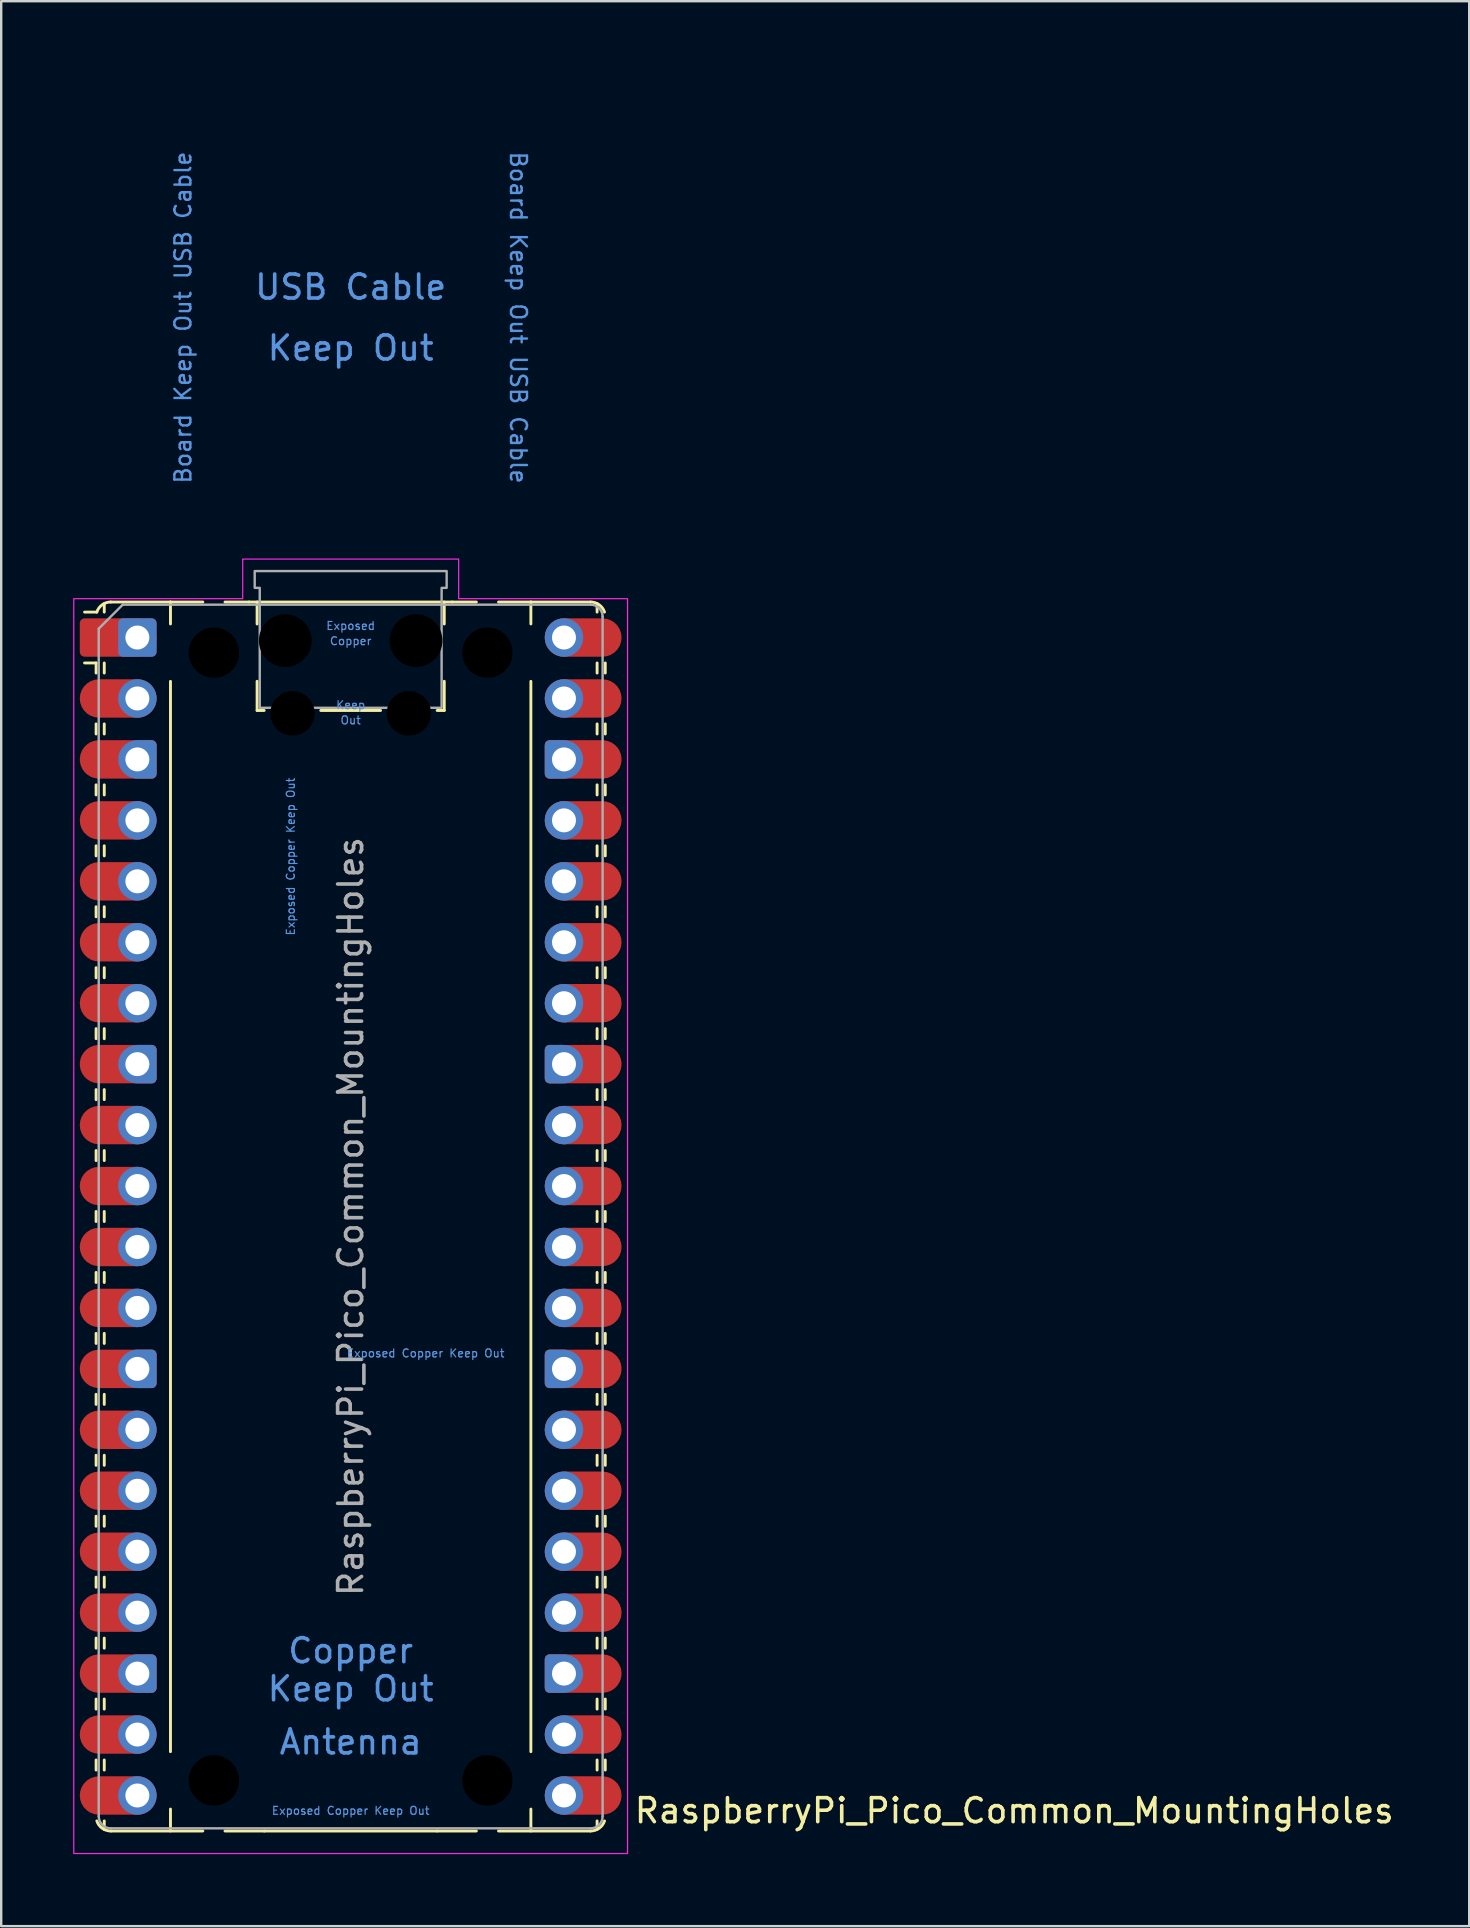
<source format=kicad_pcb>
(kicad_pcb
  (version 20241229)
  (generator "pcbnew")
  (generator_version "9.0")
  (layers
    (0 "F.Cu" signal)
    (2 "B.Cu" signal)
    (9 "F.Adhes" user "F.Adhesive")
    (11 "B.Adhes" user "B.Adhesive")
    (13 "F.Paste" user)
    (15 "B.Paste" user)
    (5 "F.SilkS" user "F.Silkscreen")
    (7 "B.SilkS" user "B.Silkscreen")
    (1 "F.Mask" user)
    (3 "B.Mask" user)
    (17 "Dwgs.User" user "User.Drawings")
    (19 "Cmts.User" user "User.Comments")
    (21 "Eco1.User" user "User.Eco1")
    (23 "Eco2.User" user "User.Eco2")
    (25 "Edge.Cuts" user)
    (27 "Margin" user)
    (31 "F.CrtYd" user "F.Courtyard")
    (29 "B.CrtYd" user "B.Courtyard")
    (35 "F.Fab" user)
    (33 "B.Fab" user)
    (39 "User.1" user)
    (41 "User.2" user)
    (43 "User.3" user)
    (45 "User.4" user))
  (footprint "RaspberryPi_Pico_Common_MountingHoles"
    (layer "F.Cu")
    (at 11.565 47.65)
    (property "Reference" "RaspberryPi_Pico_Common_MountingHoles" (at 11.748 24.765 0) (unlocked yes) (layer "F.SilkS") (effects (font (size 1 1) (thickness 0.15)) (justify left)))
    (attr through_hole)
    (fp_line (start -10.61 -23.07) (end -11.09 -23.07) (stroke (width 0.12) (type solid)) (layer "F.SilkS"))
    (fp_line (start -10.61 -23.07) (end -10.61 -22.65) (stroke (width 0.12) (type solid)) (layer "F.SilkS"))
    (fp_line (start -10.61 -20.53) (end -10.61 -20.11) (stroke (width 0.12) (type solid)) (layer "F.SilkS"))
    (fp_line (start -10.61 -17.99) (end -10.61 -17.57) (stroke (width 0.12) (type solid)) (layer "F.SilkS"))
    (fp_line (start -10.61 -15.45) (end -10.61 -15.03) (stroke (width 0.12) (type solid)) (layer "F.SilkS"))
    (fp_line (start -10.61 -12.91) (end -10.61 -12.49) (stroke (width 0.12) (type solid)) (layer "F.SilkS"))
    (fp_line (start -10.61 -10.37) (end -10.61 -9.95) (stroke (width 0.12) (type solid)) (layer "F.SilkS"))
    (fp_line (start -10.61 -7.83) (end -10.61 -7.41) (stroke (width 0.12) (type solid)) (layer "F.SilkS"))
    (fp_line (start -10.61 -5.29) (end -10.61 -4.87) (stroke (width 0.12) (type solid)) (layer "F.SilkS"))
    (fp_line (start -10.61 -2.75) (end -10.61 -2.33) (stroke (width 0.12) (type solid)) (layer "F.SilkS"))
    (fp_line (start -10.61 -0.21) (end -10.61 0.21) (stroke (width 0.12) (type solid)) (layer "F.SilkS"))
    (fp_line (start -10.61 2.33) (end -10.61 2.75) (stroke (width 0.12) (type solid)) (layer "F.SilkS"))
    (fp_line (start -10.61 4.87) (end -10.61 5.29) (stroke (width 0.12) (type solid)) (layer "F.SilkS"))
    (fp_line (start -10.61 7.41) (end -10.61 7.83) (stroke (width 0.12) (type solid)) (layer "F.SilkS"))
    (fp_line (start -10.61 9.95) (end -10.61 10.37) (stroke (width 0.12) (type solid)) (layer "F.SilkS"))
    (fp_line (start -10.61 12.49) (end -10.61 12.91) (stroke (width 0.12) (type solid)) (layer "F.SilkS"))
    (fp_line (start -10.61 15.03) (end -10.61 15.45) (stroke (width 0.12) (type solid)) (layer "F.SilkS"))
    (fp_line (start -10.61 17.57) (end -10.61 17.99) (stroke (width 0.12) (type solid)) (layer "F.SilkS"))
    (fp_line (start -10.61 20.11) (end -10.61 20.53) (stroke (width 0.12) (type solid)) (layer "F.SilkS"))
    (fp_line (start -10.61 22.65) (end -10.61 23.07) (stroke (width 0.12) (type solid)) (layer "F.SilkS"))
    (fp_line (start -10.58 -25.19) (end -11.09 -25.19) (stroke (width 0.12) (type solid)) (layer "F.SilkS"))
    (fp_line (start -10.27 -25.19) (end -10.27 -25.547) (stroke (width 0.12) (type solid)) (layer "F.SilkS"))
    (fp_line (start -10.27 -23.07) (end -10.27 -22.65) (stroke (width 0.12) (type solid)) (layer "F.SilkS"))
    (fp_line (start -10.27 -20.53) (end -10.27 -20.11) (stroke (width 0.12) (type solid)) (layer "F.SilkS"))
    (fp_line (start -10.27 -17.99) (end -10.27 -17.57) (stroke (width 0.12) (type solid)) (layer "F.SilkS"))
    (fp_line (start -10.27 -15.45) (end -10.27 -15.03) (stroke (width 0.12) (type solid)) (layer "F.SilkS"))
    (fp_line (start -10.27 -12.91) (end -10.27 -12.49) (stroke (width 0.12) (type solid)) (layer "F.SilkS"))
    (fp_line (start -10.27 -10.37) (end -10.27 -9.95) (stroke (width 0.12) (type solid)) (layer "F.SilkS"))
    (fp_line (start -10.27 -7.83) (end -10.27 -7.41) (stroke (width 0.12) (type solid)) (layer "F.SilkS"))
    (fp_line (start -10.27 -5.29) (end -10.27 -4.87) (stroke (width 0.12) (type solid)) (layer "F.SilkS"))
    (fp_line (start -10.27 -2.75) (end -10.27 -2.33) (stroke (width 0.12) (type solid)) (layer "F.SilkS"))
    (fp_line (start -10.27 -0.21) (end -10.27 0.21) (stroke (width 0.12) (type solid)) (layer "F.SilkS"))
    (fp_line (start -10.27 2.33) (end -10.27 2.75) (stroke (width 0.12) (type solid)) (layer "F.SilkS"))
    (fp_line (start -10.27 4.87) (end -10.27 5.29) (stroke (width 0.12) (type solid)) (layer "F.SilkS"))
    (fp_line (start -10.27 7.41) (end -10.27 7.83) (stroke (width 0.12) (type solid)) (layer "F.SilkS"))
    (fp_line (start -10.27 9.95) (end -10.27 10.37) (stroke (width 0.12) (type solid)) (layer "F.SilkS"))
    (fp_line (start -10.27 12.49) (end -10.27 12.91) (stroke (width 0.12) (type solid)) (layer "F.SilkS"))
    (fp_line (start -10.27 15.03) (end -10.27 15.45) (stroke (width 0.12) (type solid)) (layer "F.SilkS"))
    (fp_line (start -10.27 17.57) (end -10.27 17.99) (stroke (width 0.12) (type solid)) (layer "F.SilkS"))
    (fp_line (start -10.27 20.11) (end -10.27 20.53) (stroke (width 0.12) (type solid)) (layer "F.SilkS"))
    (fp_line (start -10.27 22.65) (end -10.27 23.07) (stroke (width 0.12) (type solid)) (layer "F.SilkS"))
    (fp_line (start -10.27 25.19) (end -10.27 25.547) (stroke (width 0.12) (type solid)) (layer "F.SilkS"))
    (fp_line (start -10 -25.61) (end -7.51 -25.61) (stroke (width 0.12) (type solid)) (layer "F.SilkS"))
    (fp_line (start -10 25.61) (end -6.162 25.61) (stroke (width 0.12) (type solid)) (layer "F.SilkS"))
    (fp_line (start -7.51 -25.61) (end -7.51 -24.696) (stroke (width 0.12) (type solid)) (layer "F.SilkS"))
    (fp_line (start -7.51 -25.61) (end -6.162 -25.61) (stroke (width 0.12) (type solid)) (layer "F.SilkS"))
    (fp_line (start -7.51 -22.304) (end -7.51 22.304) (stroke (width 0.12) (type solid)) (layer "F.SilkS"))
    (fp_line (start -7.51 24.696) (end -7.51 25.61) (stroke (width 0.12) (type solid)) (layer "F.SilkS"))
    (fp_line (start -5.238 -25.61) (end -4.235 -25.61) (stroke (width 0.12) (type solid)) (layer "F.SilkS"))
    (fp_line (start -4.235 -25.61) (end 4.235 -25.61) (stroke (width 0.12) (type solid)) (layer "F.SilkS"))
    (fp_line (start -3.9 -25.61) (end -3.9 -24.694) (stroke (width 0.12) (type solid)) (layer "F.SilkS"))
    (fp_line (start -3.9 -22.306) (end -3.9 -21.09) (stroke (width 0.12) (type solid)) (layer "F.SilkS"))
    (fp_line (start -3.9 -21.09) (end -3.604 -21.09) (stroke (width 0.12) (type solid)) (layer "F.SilkS"))
    (fp_line (start -3.6 25.61) (end -5.238 25.61) (stroke (width 0.12) (type solid)) (layer "F.SilkS"))
    (fp_line (start -1.246 -21.09) (end 1.246 -21.09) (stroke (width 0.12) (type solid)) (layer "F.SilkS"))
    (fp_line (start 3.6 25.61) (end -3.6 25.61) (stroke (width 0.12) (type solid)) (layer "F.SilkS"))
    (fp_line (start 3.604 -21.09) (end 3.9 -21.09) (stroke (width 0.12) (type solid)) (layer "F.SilkS"))
    (fp_line (start 3.9 -25.61) (end 3.9 -24.694) (stroke (width 0.12) (type solid)) (layer "F.SilkS"))
    (fp_line (start 3.9 -22.306) (end 3.9 -21.09) (stroke (width 0.12) (type solid)) (layer "F.SilkS"))
    (fp_line (start 4.235 -25.61) (end 5.238 -25.61) (stroke (width 0.12) (type solid)) (layer "F.SilkS"))
    (fp_line (start 5.238 25.61) (end 3.6 25.61) (stroke (width 0.12) (type solid)) (layer "F.SilkS"))
    (fp_line (start 6.162 -25.61) (end 7.51 -25.61) (stroke (width 0.12) (type solid)) (layer "F.SilkS"))
    (fp_line (start 6.162 25.61) (end 10 25.61) (stroke (width 0.12) (type solid)) (layer "F.SilkS"))
    (fp_line (start 7.51 -25.61) (end 7.51 -24.696) (stroke (width 0.12) (type solid)) (layer "F.SilkS"))
    (fp_line (start 7.51 -22.304) (end 7.51 22.304) (stroke (width 0.12) (type solid)) (layer "F.SilkS"))
    (fp_line (start 7.51 24.696) (end 7.51 25.61) (stroke (width 0.12) (type solid)) (layer "F.SilkS"))
    (fp_line (start 10 -25.61) (end 7.51 -25.61) (stroke (width 0.12) (type solid)) (layer "F.SilkS"))
    (fp_line (start 10.27 -25.19) (end 10.27 -25.547) (stroke (width 0.12) (type solid)) (layer "F.SilkS"))
    (fp_line (start 10.27 -23.07) (end 10.27 -22.65) (stroke (width 0.12) (type solid)) (layer "F.SilkS"))
    (fp_line (start 10.27 -20.53) (end 10.27 -20.11) (stroke (width 0.12) (type solid)) (layer "F.SilkS"))
    (fp_line (start 10.27 -17.99) (end 10.27 -17.57) (stroke (width 0.12) (type solid)) (layer "F.SilkS"))
    (fp_line (start 10.27 -15.45) (end 10.27 -15.03) (stroke (width 0.12) (type solid)) (layer "F.SilkS"))
    (fp_line (start 10.27 -12.91) (end 10.27 -12.49) (stroke (width 0.12) (type solid)) (layer "F.SilkS"))
    (fp_line (start 10.27 -10.37) (end 10.27 -9.95) (stroke (width 0.12) (type solid)) (layer "F.SilkS"))
    (fp_line (start 10.27 -7.83) (end 10.27 -7.41) (stroke (width 0.12) (type solid)) (layer "F.SilkS"))
    (fp_line (start 10.27 -5.29) (end 10.27 -4.87) (stroke (width 0.12) (type solid)) (layer "F.SilkS"))
    (fp_line (start 10.27 -2.75) (end 10.27 -2.33) (stroke (width 0.12) (type solid)) (layer "F.SilkS"))
    (fp_line (start 10.27 -0.21) (end 10.27 0.21) (stroke (width 0.12) (type solid)) (layer "F.SilkS"))
    (fp_line (start 10.27 2.33) (end 10.27 2.75) (stroke (width 0.12) (type solid)) (layer "F.SilkS"))
    (fp_line (start 10.27 4.87) (end 10.27 5.29) (stroke (width 0.12) (type solid)) (layer "F.SilkS"))
    (fp_line (start 10.27 7.41) (end 10.27 7.83) (stroke (width 0.12) (type solid)) (layer "F.SilkS"))
    (fp_line (start 10.27 9.95) (end 10.27 10.37) (stroke (width 0.12) (type solid)) (layer "F.SilkS"))
    (fp_line (start 10.27 12.49) (end 10.27 12.91) (stroke (width 0.12) (type solid)) (layer "F.SilkS"))
    (fp_line (start 10.27 15.03) (end 10.27 15.45) (stroke (width 0.12) (type solid)) (layer "F.SilkS"))
    (fp_line (start 10.27 17.57) (end 10.27 17.99) (stroke (width 0.12) (type solid)) (layer "F.SilkS"))
    (fp_line (start 10.27 20.11) (end 10.27 20.53) (stroke (width 0.12) (type solid)) (layer "F.SilkS"))
    (fp_line (start 10.27 22.65) (end 10.27 23.07) (stroke (width 0.12) (type solid)) (layer "F.SilkS"))
    (fp_line (start 10.27 25.19) (end 10.27 25.547) (stroke (width 0.12) (type solid)) (layer "F.SilkS"))
    (fp_line (start 10.61 -23.07) (end 10.61 -22.65) (stroke (width 0.12) (type solid)) (layer "F.SilkS"))
    (fp_line (start 10.61 -20.53) (end 10.61 -20.11) (stroke (width 0.12) (type solid)) (layer "F.SilkS"))
    (fp_line (start 10.61 -17.99) (end 10.61 -17.57) (stroke (width 0.12) (type solid)) (layer "F.SilkS"))
    (fp_line (start 10.61 -15.45) (end 10.61 -15.03) (stroke (width 0.12) (type solid)) (layer "F.SilkS"))
    (fp_line (start 10.61 -12.91) (end 10.61 -12.49) (stroke (width 0.12) (type solid)) (layer "F.SilkS"))
    (fp_line (start 10.61 -10.37) (end 10.61 -9.95) (stroke (width 0.12) (type solid)) (layer "F.SilkS"))
    (fp_line (start 10.61 -7.83) (end 10.61 -7.41) (stroke (width 0.12) (type solid)) (layer "F.SilkS"))
    (fp_line (start 10.61 -5.29) (end 10.61 -4.87) (stroke (width 0.12) (type solid)) (layer "F.SilkS"))
    (fp_line (start 10.61 -2.75) (end 10.61 -2.33) (stroke (width 0.12) (type solid)) (layer "F.SilkS"))
    (fp_line (start 10.61 -0.21) (end 10.61 0.21) (stroke (width 0.12) (type solid)) (layer "F.SilkS"))
    (fp_line (start 10.61 2.33) (end 10.61 2.75) (stroke (width 0.12) (type solid)) (layer "F.SilkS"))
    (fp_line (start 10.61 4.87) (end 10.61 5.29) (stroke (width 0.12) (type solid)) (layer "F.SilkS"))
    (fp_line (start 10.61 7.41) (end 10.61 7.83) (stroke (width 0.12) (type solid)) (layer "F.SilkS"))
    (fp_line (start 10.61 9.95) (end 10.61 10.37) (stroke (width 0.12) (type solid)) (layer "F.SilkS"))
    (fp_line (start 10.61 12.49) (end 10.61 12.91) (stroke (width 0.12) (type solid)) (layer "F.SilkS"))
    (fp_line (start 10.61 15.03) (end 10.61 15.45) (stroke (width 0.12) (type solid)) (layer "F.SilkS"))
    (fp_line (start 10.61 17.57) (end 10.61 17.99) (stroke (width 0.12) (type solid)) (layer "F.SilkS"))
    (fp_line (start 10.61 20.11) (end 10.61 20.53) (stroke (width 0.12) (type solid)) (layer "F.SilkS"))
    (fp_line (start 10.61 22.65) (end 10.61 23.07) (stroke (width 0.12) (type solid)) (layer "F.SilkS"))
    (fp_arc (start -10.579676 -25.189937) (mid -10.357938 -25.493944) (end -10 -25.61) (stroke (width 0.12) (type solid)) (layer "F.SilkS"))
    (fp_arc (start -10 25.61) (mid -10.357937 25.493944) (end -10.579676 25.189937) (stroke (width 0.12) (type solid)) (layer "F.SilkS"))
    (fp_arc (start 10 -25.61) (mid 10.357937 -25.493944) (end 10.579676 -25.189937) (stroke (width 0.12) (type solid)) (layer "F.SilkS"))
    (fp_arc (start 10.579676 25.189937) (mid 10.357949 25.493953) (end 10 25.61) (stroke (width 0.12) (type solid)) (layer "F.SilkS"))
    (fp_poly (pts (xy -4.5 -27.4) (xy 4.5 -27.4) (xy 4.5 -25.75) (xy 11.54 -25.75) (xy 11.54 26.55) (xy -11.54 26.55) (xy -11.54 -25.75) (xy -4.5 -25.75)) (stroke (width 0.05) (type solid)) (fill no) (layer "F.CrtYd"))
    (fp_line (start -10.5 -24.5) (end -9.5 -25.5) (stroke (width 0.1) (type solid)) (layer "F.Fab"))
    (fp_line (start -10.5 25) (end -10.5 -24.5) (stroke (width 0.1) (type solid)) (layer "F.Fab"))
    (fp_line (start -9.5 -25.5) (end 10 -25.5) (stroke (width 0.1) (type solid)) (layer "F.Fab"))
    (fp_line (start 10 25.5) (end -10 25.5) (stroke (width 0.1) (type solid)) (layer "F.Fab"))
    (fp_line (start 10.5 -25) (end 10.5 25) (stroke (width 0.1) (type solid)) (layer "F.Fab"))
    (fp_arc (start -10 25.5) (mid -10.353553 25.353553) (end -10.5 25) (stroke (width 0.1) (type solid)) (layer "F.Fab"))
    (fp_arc (start 10 -25.5) (mid 10.353553 -25.353553) (end 10.5 -25) (stroke (width 0.1) (type solid)) (layer "F.Fab"))
    (fp_arc (start 10.5 25) (mid 10.353553 25.353553) (end 10 25.5) (stroke (width 0.1) (type solid)) (layer "F.Fab"))
    (fp_poly (pts (xy 3.79 -21.2) (xy 3.79 -26.2) (xy 4 -26.2) (xy 4 -26.9) (xy -4 -26.9) (xy -4 -26.2) (xy -3.79 -26.2) (xy -3.79 -21.2)) (stroke (width 0.1) (type solid)) (fill no) (layer "F.Fab"))
    (fp_text user "Copper" (at 0 -23.983 0) (unlocked yes) (layer "Cmts.User") (effects (font (size 0.333 0.333) (thickness 0.05))))
    (fp_text user "Exposed" (at 0 -24.617 0) (unlocked yes) (layer "Cmts.User") (effects (font (size 0.333 0.333) (thickness 0.05))))
    (fp_text user "Exposed Copper Keep Out" (at 0 24.765 0) (unlocked yes) (layer "Cmts.User") (effects (font (size 0.333 0.333) (thickness 0.05))))
    (fp_text user "Antenna" (at 0 21.9 0) (unlocked yes) (layer "Cmts.User") (effects (font (size 1 1) (thickness 0.15))))
    (fp_text user "Keep Out" (at 0 -36.195 0) (unlocked yes) (layer "Cmts.User") (effects (font (size 1 1) (thickness 0.15))))
    (fp_text user "Copper" (at 0 18.098 0) (unlocked yes) (layer "Cmts.User") (effects (font (size 1 1) (thickness 0.15))))
    (fp_text user "Exposed Copper Keep Out" (at -2.5 -15 90) (unlocked yes) (layer "Cmts.User") (effects (font (size 0.333 0.333) (thickness 0.05))))
    (fp_text user "Exposed Copper Keep Out" (at 3.124 5.7 0) (unlocked yes) (layer "Cmts.User") (effects (font (size 0.333 0.333) (thickness 0.05))))
    (fp_text user "Keep" (at 0 -21.317 0) (unlocked yes) (layer "Cmts.User") (effects (font (size 0.333 0.333) (thickness 0.05))))
    (fp_text user "Out" (at 0 -20.683 0) (unlocked yes) (layer "Cmts.User") (effects (font (size 0.333 0.333) (thickness 0.05))))
    (fp_text user "Keep Out" (at 0 19.685 0) (unlocked yes) (layer "Cmts.User") (effects (font (size 1 1) (thickness 0.15))))
    (fp_text user "USB Cable" (at 0 -38.735 0) (unlocked yes) (layer "Cmts.User") (effects (font (size 1 1) (thickness 0.15))))
    (fp_text user "Board Keep Out USB Cable" (at -6.985 -37.465 90) (unlocked yes) (layer "Cmts.User") (effects (font (size 0.667 0.667) (thickness 0.1))))
    (fp_text user "Board Keep Out USB Cable" (at 6.985 -37.465 270) (unlocked yes) (layer "Cmts.User") (effects (font (size 0.667 0.667) (thickness 0.1))))
    (fp_text user "${REFERENCE}" (at 0 0 90) (layer "F.Fab") (effects (font (size 1 1) (thickness 0.15))))
    (pad "" np_thru_hole circle (at -5.7 -23.5) (size 3.8 3.8) (drill 2.1) (layers "*.Mask"))
    (pad "" np_thru_hole circle (at -5.7 23.5) (size 3.8 3.8) (drill 2.1) (layers "*.Mask"))
    (pad "" np_thru_hole circle (at -2.725 -24) (size 2.2 2.2) (drill 2.2) (layers "*.Mask"))
    (pad "" np_thru_hole circle (at -2.425 -20.97) (size 1.85 1.85) (drill 1.85) (layers "*.Mask"))
    (pad "" np_thru_hole circle (at 2.425 -20.97) (size 1.85 1.85) (drill 1.85) (layers "*.Mask"))
    (pad "" np_thru_hole circle (at 2.725 -24) (size 2.2 2.2) (drill 2.2) (layers "*.Mask"))
    (pad "" np_thru_hole circle (at 5.7 -23.5) (size 3.8 3.8) (drill 2.1) (layers "*.Mask"))
    (pad "" np_thru_hole circle (at 5.7 23.5) (size 3.8 3.8) (drill 2.1) (layers "*.Mask"))
    (pad "1" thru_hole roundrect (at -8.89 -24.13) (size 1.6 1.6) (drill 1) (layers "*.Cu" "*.Mask") (roundrect_rratio 0.125))
    (pad "1" smd custom (at -8.89 -24.13) (size 1.6 1.6) (layers "F.Cu" "F.Mask") (options (anchor circle)) (primitives (gr_poly (pts (xy -2.4 0.6) (xy -2.4 -0.6) (xy -2.2 -0.8) (xy 0 -0.8) (xy 0 0.8) (xy -2.2 0.8)) (width 0) (fill yes)) (gr_circle (center -2.2 0.6) (end -2 0.6) (width 0) (fill yes)) (gr_circle (center -2.2 -0.6) (end -2 -0.6) (width 0) (fill yes))))
    (pad "2" thru_hole circle (at -8.89 -21.59) (size 1.6 1.6) (drill 1) (layers "*.Cu" "*.Mask"))
    (pad "2" smd roundrect (at -8.89 -21.59) (size 3.2 1.6) (drill (offset -0.8 0)) (layers "F.Cu" "F.Mask") (roundrect_rratio 0.5))
    (pad "3" smd custom (at -8.89 -19.05) (size 1.6 1.6) (layers "F.Cu" "F.Mask") (options (anchor circle)) (primitives (gr_poly (pts (xy 0.8 -0.6) (xy 0.8 0.6) (xy 0.6 0.8) (xy -1.6 0.8) (xy -1.6 -0.8) (xy 0.6 -0.8)) (width 0) (fill yes)) (gr_circle (center 0.6 0.6) (end 0.8 0.6) (width 0) (fill yes)) (gr_circle (center 0.6 -0.6) (end 0.8 -0.6) (width 0) (fill yes)) (gr_circle (center -1.6 0) (end -0.8 0) (width 0) (fill yes))))
    (pad "3" thru_hole custom (at -8.89 -19.05) (size 1.6 1.6) (drill 1) (layers "*.Cu" "*.Mask") (options (anchor circle)) (primitives (gr_poly (pts (xy 0.8 0.6) (xy 0.8 -0.6) (xy 0.6 -0.8) (xy 0 -0.8) (xy 0 0.8) (xy 0.6 0.8)) (width 0) (fill yes)) (gr_circle (center 0.6 0.6) (end 0.8 0.6) (width 0) (fill yes)) (gr_circle (center 0.6 -0.6) (end 0.8 -0.6) (width 0) (fill yes))))
    (pad "4" thru_hole circle (at -8.89 -16.51) (size 1.6 1.6) (drill 1) (layers "*.Cu" "*.Mask"))
    (pad "4" smd roundrect (at -8.89 -16.51) (size 3.2 1.6) (drill (offset -0.8 0)) (layers "F.Cu" "F.Mask") (roundrect_rratio 0.5))
    (pad "5" thru_hole circle (at -8.89 -13.97) (size 1.6 1.6) (drill 1) (layers "*.Cu" "*.Mask"))
    (pad "5" smd roundrect (at -8.89 -13.97) (size 3.2 1.6) (drill (offset -0.8 0)) (layers "F.Cu" "F.Mask") (roundrect_rratio 0.5))
    (pad "6" thru_hole circle (at -8.89 -11.43) (size 1.6 1.6) (drill 1) (layers "*.Cu" "*.Mask"))
    (pad "6" smd roundrect (at -8.89 -11.43) (size 3.2 1.6) (drill (offset -0.8 0)) (layers "F.Cu" "F.Mask") (roundrect_rratio 0.5))
    (pad "7" thru_hole circle (at -8.89 -8.89) (size 1.6 1.6) (drill 1) (layers "*.Cu" "*.Mask"))
    (pad "7" smd roundrect (at -8.89 -8.89) (size 3.2 1.6) (drill (offset -0.8 0)) (layers "F.Cu" "F.Mask") (roundrect_rratio 0.5))
    (pad "8" smd custom (at -8.89 -6.35) (size 1.6 1.6) (layers "F.Cu" "F.Mask") (options (anchor circle)) (primitives (gr_poly (pts (xy 0.8 -0.6) (xy 0.8 0.6) (xy 0.6 0.8) (xy -1.6 0.8) (xy -1.6 -0.8) (xy 0.6 -0.8)) (width 0) (fill yes)) (gr_circle (center 0.6 0.6) (end 0.8 0.6) (width 0) (fill yes)) (gr_circle (center 0.6 -0.6) (end 0.8 -0.6) (width 0) (fill yes)) (gr_circle (center -1.6 0) (end -0.8 0) (width 0) (fill yes))))
    (pad "8" thru_hole custom (at -8.89 -6.35) (size 1.6 1.6) (drill 1) (layers "*.Cu" "*.Mask") (options (anchor circle)) (primitives (gr_poly (pts (xy 0.8 0.6) (xy 0.8 -0.6) (xy 0.6 -0.8) (xy 0 -0.8) (xy 0 0.8) (xy 0.6 0.8)) (width 0) (fill yes)) (gr_circle (center 0.6 0.6) (end 0.8 0.6) (width 0) (fill yes)) (gr_circle (center 0.6 -0.6) (end 0.8 -0.6) (width 0) (fill yes))))
    (pad "9" thru_hole circle (at -8.89 -3.81) (size 1.6 1.6) (drill 1) (layers "*.Cu" "*.Mask"))
    (pad "9" smd roundrect (at -8.89 -3.81) (size 3.2 1.6) (drill (offset -0.8 0)) (layers "F.Cu" "F.Mask") (roundrect_rratio 0.5))
    (pad "10" thru_hole circle (at -8.89 -1.27) (size 1.6 1.6) (drill 1) (layers "*.Cu" "*.Mask"))
    (pad "10" smd roundrect (at -8.89 -1.27) (size 3.2 1.6) (drill (offset -0.8 0)) (layers "F.Cu" "F.Mask") (roundrect_rratio 0.5))
    (pad "11" thru_hole circle (at -8.89 1.27) (size 1.6 1.6) (drill 1) (layers "*.Cu" "*.Mask"))
    (pad "11" smd roundrect (at -8.89 1.27) (size 3.2 1.6) (drill (offset -0.8 0)) (layers "F.Cu" "F.Mask") (roundrect_rratio 0.5))
    (pad "12" thru_hole circle (at -8.89 3.81) (size 1.6 1.6) (drill 1) (layers "*.Cu" "*.Mask"))
    (pad "12" smd roundrect (at -8.89 3.81) (size 3.2 1.6) (drill (offset -0.8 0)) (layers "F.Cu" "F.Mask") (roundrect_rratio 0.5))
    (pad "13" smd custom (at -8.89 6.35) (size 1.6 1.6) (layers "F.Cu" "F.Mask") (options (anchor circle)) (primitives (gr_poly (pts (xy 0.8 -0.6) (xy 0.8 0.6) (xy 0.6 0.8) (xy -1.6 0.8) (xy -1.6 -0.8) (xy 0.6 -0.8)) (width 0) (fill yes)) (gr_circle (center 0.6 0.6) (end 0.8 0.6) (width 0) (fill yes)) (gr_circle (center 0.6 -0.6) (end 0.8 -0.6) (width 0) (fill yes)) (gr_circle (center -1.6 0) (end -0.8 0) (width 0) (fill yes))))
    (pad "13" thru_hole custom (at -8.89 6.35) (size 1.6 1.6) (drill 1) (layers "*.Cu" "*.Mask") (options (anchor circle)) (primitives (gr_poly (pts (xy 0.8 0.6) (xy 0.8 -0.6) (xy 0.6 -0.8) (xy 0 -0.8) (xy 0 0.8) (xy 0.6 0.8)) (width 0) (fill yes)) (gr_circle (center 0.6 0.6) (end 0.8 0.6) (width 0) (fill yes)) (gr_circle (center 0.6 -0.6) (end 0.8 -0.6) (width 0) (fill yes))))
    (pad "14" thru_hole circle (at -8.89 8.89) (size 1.6 1.6) (drill 1) (layers "*.Cu" "*.Mask"))
    (pad "14" smd roundrect (at -8.89 8.89) (size 3.2 1.6) (drill (offset -0.8 0)) (layers "F.Cu" "F.Mask") (roundrect_rratio 0.5))
    (pad "15" thru_hole circle (at -8.89 11.43) (size 1.6 1.6) (drill 1) (layers "*.Cu" "*.Mask"))
    (pad "15" smd roundrect (at -8.89 11.43) (size 3.2 1.6) (drill (offset -0.8 0)) (layers "F.Cu" "F.Mask") (roundrect_rratio 0.5))
    (pad "16" thru_hole circle (at -8.89 13.97) (size 1.6 1.6) (drill 1) (layers "*.Cu" "*.Mask"))
    (pad "16" smd roundrect (at -8.89 13.97) (size 3.2 1.6) (drill (offset -0.8 0)) (layers "F.Cu" "F.Mask") (roundrect_rratio 0.5))
    (pad "17" thru_hole circle (at -8.89 16.51) (size 1.6 1.6) (drill 1) (layers "*.Cu" "*.Mask"))
    (pad "17" smd roundrect (at -8.89 16.51) (size 3.2 1.6) (drill (offset -0.8 0)) (layers "F.Cu" "F.Mask") (roundrect_rratio 0.5))
    (pad "18" smd custom (at -8.89 19.05) (size 1.6 1.6) (layers "F.Cu" "F.Mask") (options (anchor circle)) (primitives (gr_poly (pts (xy 0.8 -0.6) (xy 0.8 0.6) (xy 0.6 0.8) (xy -1.6 0.8) (xy -1.6 -0.8) (xy 0.6 -0.8)) (width 0) (fill yes)) (gr_circle (center 0.6 0.6) (end 0.8 0.6) (width 0) (fill yes)) (gr_circle (center 0.6 -0.6) (end 0.8 -0.6) (width 0) (fill yes)) (gr_circle (center -1.6 0) (end -0.8 0) (width 0) (fill yes))))
    (pad "18" thru_hole custom (at -8.89 19.05) (size 1.6 1.6) (drill 1) (layers "*.Cu" "*.Mask") (options (anchor circle)) (primitives (gr_poly (pts (xy 0.8 0.6) (xy 0.8 -0.6) (xy 0.6 -0.8) (xy 0 -0.8) (xy 0 0.8) (xy 0.6 0.8)) (width 0) (fill yes)) (gr_circle (center 0.6 0.6) (end 0.8 0.6) (width 0) (fill yes)) (gr_circle (center 0.6 -0.6) (end 0.8 -0.6) (width 0) (fill yes))))
    (pad "19" thru_hole circle (at -8.89 21.59) (size 1.6 1.6) (drill 1) (layers "*.Cu" "*.Mask"))
    (pad "19" smd roundrect (at -8.89 21.59) (size 3.2 1.6) (drill (offset -0.8 0)) (layers "F.Cu" "F.Mask") (roundrect_rratio 0.5))
    (pad "20" thru_hole circle (at -8.89 24.13) (size 1.6 1.6) (drill 1) (layers "*.Cu" "*.Mask"))
    (pad "20" smd roundrect (at -8.89 24.13) (size 3.2 1.6) (drill (offset -0.8 0)) (layers "F.Cu" "F.Mask") (roundrect_rratio 0.5))
    (pad "21" thru_hole circle (at 8.89 24.13) (size 1.6 1.6) (drill 1) (layers "*.Cu" "*.Mask"))
    (pad "21" smd roundrect (at 8.89 24.13) (size 3.2 1.6) (drill (offset 0.8 0)) (layers "F.Cu" "F.Mask") (roundrect_rratio 0.5))
    (pad "22" thru_hole circle (at 8.89 21.59) (size 1.6 1.6) (drill 1) (layers "*.Cu" "*.Mask"))
    (pad "22" smd roundrect (at 8.89 21.59) (size 3.2 1.6) (drill (offset 0.8 0)) (layers "F.Cu" "F.Mask") (roundrect_rratio 0.5))
    (pad "23" smd custom (at 8.89 19.05) (size 1.6 1.6) (layers "F.Cu" "F.Mask") (options (anchor circle)) (primitives (gr_poly (pts (xy -0.8 -0.6) (xy -0.8 0.6) (xy -0.6 0.8) (xy 1.6 0.8) (xy 1.6 -0.8) (xy -0.6 -0.8)) (width 0) (fill yes)) (gr_circle (center -0.6 0.6) (end -0.4 0.6) (width 0) (fill yes)) (gr_circle (center -0.6 -0.6) (end -0.4 -0.6) (width 0) (fill yes)) (gr_circle (center 1.6 0) (end 2.4 0) (width 0) (fill yes))))
    (pad "23" thru_hole custom (at 8.89 19.05) (size 1.6 1.6) (drill 1) (layers "*.Cu" "*.Mask") (options (anchor circle)) (primitives (gr_poly (pts (xy -0.8 0.6) (xy -0.8 -0.6) (xy -0.6 -0.8) (xy 0 -0.8) (xy 0 0.8) (xy -0.6 0.8)) (width 0) (fill yes)) (gr_circle (center -0.6 0.6) (end -0.4 0.6) (width 0) (fill yes)) (gr_circle (center -0.6 -0.6) (end -0.4 -0.6) (width 0) (fill yes))))
    (pad "24" thru_hole circle (at 8.89 16.51) (size 1.6 1.6) (drill 1) (layers "*.Cu" "*.Mask"))
    (pad "24" smd roundrect (at 8.89 16.51) (size 3.2 1.6) (drill (offset 0.8 0)) (layers "F.Cu" "F.Mask") (roundrect_rratio 0.5))
    (pad "25" thru_hole circle (at 8.89 13.97) (size 1.6 1.6) (drill 1) (layers "*.Cu" "*.Mask"))
    (pad "25" smd roundrect (at 8.89 13.97) (size 3.2 1.6) (drill (offset 0.8 0)) (layers "F.Cu" "F.Mask") (roundrect_rratio 0.5))
    (pad "26" thru_hole circle (at 8.89 11.43) (size 1.6 1.6) (drill 1) (layers "*.Cu" "*.Mask"))
    (pad "26" smd roundrect (at 8.89 11.43) (size 3.2 1.6) (drill (offset 0.8 0)) (layers "F.Cu" "F.Mask") (roundrect_rratio 0.5))
    (pad "27" thru_hole circle (at 8.89 8.89) (size 1.6 1.6) (drill 1) (layers "*.Cu" "*.Mask"))
    (pad "27" smd roundrect (at 8.89 8.89) (size 3.2 1.6) (drill (offset 0.8 0)) (layers "F.Cu" "F.Mask") (roundrect_rratio 0.5))
    (pad "28" smd custom (at 8.89 6.35) (size 1.6 1.6) (layers "F.Cu" "F.Mask") (options (anchor circle)) (primitives (gr_poly (pts (xy -0.8 -0.6) (xy -0.8 0.6) (xy -0.6 0.8) (xy 1.6 0.8) (xy 1.6 -0.8) (xy -0.6 -0.8)) (width 0) (fill yes)) (gr_circle (center -0.6 0.6) (end -0.4 0.6) (width 0) (fill yes)) (gr_circle (center -0.6 -0.6) (end -0.4 -0.6) (width 0) (fill yes)) (gr_circle (center 1.6 0) (end 2.4 0) (width 0) (fill yes))))
    (pad "28" thru_hole custom (at 8.89 6.35) (size 1.6 1.6) (drill 1) (layers "*.Cu" "*.Mask") (options (anchor circle)) (primitives (gr_poly (pts (xy -0.8 0.6) (xy -0.8 -0.6) (xy -0.6 -0.8) (xy 0 -0.8) (xy 0 0.8) (xy -0.6 0.8)) (width 0) (fill yes)) (gr_circle (center -0.6 0.6) (end -0.4 0.6) (width 0) (fill yes)) (gr_circle (center -0.6 -0.6) (end -0.4 -0.6) (width 0) (fill yes))))
    (pad "29" thru_hole circle (at 8.89 3.81) (size 1.6 1.6) (drill 1) (layers "*.Cu" "*.Mask"))
    (pad "29" smd roundrect (at 8.89 3.81) (size 3.2 1.6) (drill (offset 0.8 0)) (layers "F.Cu" "F.Mask") (roundrect_rratio 0.5))
    (pad "30" thru_hole circle (at 8.89 1.27) (size 1.6 1.6) (drill 1) (layers "*.Cu" "*.Mask"))
    (pad "30" smd roundrect (at 8.89 1.27) (size 3.2 1.6) (drill (offset 0.8 0)) (layers "F.Cu" "F.Mask") (roundrect_rratio 0.5))
    (pad "31" thru_hole circle (at 8.89 -1.27) (size 1.6 1.6) (drill 1) (layers "*.Cu" "*.Mask"))
    (pad "31" smd roundrect (at 8.89 -1.27) (size 3.2 1.6) (drill (offset 0.8 0)) (layers "F.Cu" "F.Mask") (roundrect_rratio 0.5))
    (pad "32" thru_hole circle (at 8.89 -3.81) (size 1.6 1.6) (drill 1) (layers "*.Cu" "*.Mask"))
    (pad "32" smd roundrect (at 8.89 -3.81) (size 3.2 1.6) (drill (offset 0.8 0)) (layers "F.Cu" "F.Mask") (roundrect_rratio 0.5))
    (pad "33" smd custom (at 8.89 -6.35) (size 1.6 1.6) (layers "F.Cu" "F.Mask") (options (anchor circle)) (primitives (gr_poly (pts (xy -0.8 -0.6) (xy -0.8 0.6) (xy -0.6 0.8) (xy 1.6 0.8) (xy 1.6 -0.8) (xy -0.6 -0.8)) (width 0) (fill yes)) (gr_circle (center -0.6 0.6) (end -0.4 0.6) (width 0) (fill yes)) (gr_circle (center -0.6 -0.6) (end -0.4 -0.6) (width 0) (fill yes)) (gr_circle (center 1.6 0) (end 2.4 0) (width 0) (fill yes))))
    (pad "33" thru_hole custom (at 8.89 -6.35) (size 1.6 1.6) (drill 1) (layers "*.Cu" "*.Mask") (options (anchor circle)) (primitives (gr_poly (pts (xy -0.8 0.6) (xy -0.8 -0.6) (xy -0.6 -0.8) (xy 0 -0.8) (xy 0 0.8) (xy -0.6 0.8)) (width 0) (fill yes)) (gr_circle (center -0.6 0.6) (end -0.4 0.6) (width 0) (fill yes)) (gr_circle (center -0.6 -0.6) (end -0.4 -0.6) (width 0) (fill yes))))
    (pad "34" thru_hole circle (at 8.89 -8.89) (size 1.6 1.6) (drill 1) (layers "*.Cu" "*.Mask"))
    (pad "34" smd roundrect (at 8.89 -8.89) (size 3.2 1.6) (drill (offset 0.8 0)) (layers "F.Cu" "F.Mask") (roundrect_rratio 0.5))
    (pad "35" thru_hole circle (at 8.89 -11.43) (size 1.6 1.6) (drill 1) (layers "*.Cu" "*.Mask"))
    (pad "35" smd roundrect (at 8.89 -11.43) (size 3.2 1.6) (drill (offset 0.8 0)) (layers "F.Cu" "F.Mask") (roundrect_rratio 0.5))
    (pad "36" thru_hole circle (at 8.89 -13.97) (size 1.6 1.6) (drill 1) (layers "*.Cu" "*.Mask"))
    (pad "36" smd roundrect (at 8.89 -13.97) (size 3.2 1.6) (drill (offset 0.8 0)) (layers "F.Cu" "F.Mask") (roundrect_rratio 0.5))
    (pad "37" thru_hole circle (at 8.89 -16.51) (size 1.6 1.6) (drill 1) (layers "*.Cu" "*.Mask"))
    (pad "37" smd roundrect (at 8.89 -16.51) (size 3.2 1.6) (drill (offset 0.8 0)) (layers "F.Cu" "F.Mask") (roundrect_rratio 0.5))
    (pad "38" smd custom (at 8.89 -19.05) (size 1.6 1.6) (layers "F.Cu" "F.Mask") (options (anchor circle)) (primitives (gr_poly (pts (xy -0.8 -0.6) (xy -0.8 0.6) (xy -0.6 0.8) (xy 1.6 0.8) (xy 1.6 -0.8) (xy -0.6 -0.8)) (width 0) (fill yes)) (gr_circle (center -0.6 0.6) (end -0.4 0.6) (width 0) (fill yes)) (gr_circle (center -0.6 -0.6) (end -0.4 -0.6) (width 0) (fill yes)) (gr_circle (center 1.6 0) (end 2.4 0) (width 0) (fill yes))))
    (pad "38" thru_hole custom (at 8.89 -19.05) (size 1.6 1.6) (drill 1) (layers "*.Cu" "*.Mask") (options (anchor circle)) (primitives (gr_poly (pts (xy -0.8 0.6) (xy -0.8 -0.6) (xy -0.6 -0.8) (xy 0 -0.8) (xy 0 0.8) (xy -0.6 0.8)) (width 0) (fill yes)) (gr_circle (center -0.6 0.6) (end -0.4 0.6) (width 0) (fill yes)) (gr_circle (center -0.6 -0.6) (end -0.4 -0.6) (width 0) (fill yes))))
    (pad "39" thru_hole circle (at 8.89 -21.59) (size 1.6 1.6) (drill 1) (layers "*.Cu" "*.Mask"))
    (pad "39" smd roundrect (at 8.89 -21.59) (size 3.2 1.6) (drill (offset 0.8 0)) (layers "F.Cu" "F.Mask") (roundrect_rratio 0.5))
    (pad "40" thru_hole circle (at 8.89 -24.13) (size 1.6 1.6) (drill 1) (layers "*.Cu" "*.Mask"))
    (pad "40" smd roundrect (at 8.89 -24.13) (size 3.2 1.6) (drill (offset 0.8 0)) (layers "F.Cu" "F.Mask") (roundrect_rratio 0.5))
    (zone (net_name "") (layers "F.Cu" "B.Cu" "F.Paste" "B.Paste") (name "Antenna Copper Keep Out") (hatch full 0.5) (connect_pads) (min_thickness 0.254) (filled_areas_thickness no) (keepout (tracks not_allowed) (vias not_allowed) (pads not_allowed) (copperpour not_allowed) (footprints allowed)) (placement (enabled no)) (fill) (polygon (pts (xy 9.165 72.64) (xy 4.465 68.99) (xy 4.465 64.65) (xy 18.665 64.65) (xy 18.665 68.99) (xy 13.965 72.64) (xy 13.965 73.65) (xy 9.165 73.65))))
    (zone (net_name "") (layers "F.Cu" "F.Paste") (name "Pad Keep Out D1-W") (hatch full 0.5) (connect_pads) (min_thickness 0.25) (filled_areas_thickness no) (keepout (tracks not_allowed) (vias not_allowed) (pads not_allowed) (copperpour not_allowed) (footprints allowed)) (placement (enabled no)) (fill) (polygon (pts (xy 11.194 52.45) (xy 11.249 52.395) (xy 11.322 52.365) (xy 11.362 52.363) (xy 12.149 52.363) (xy 12.149 54.337) (xy 11.362 54.337) (xy 11.322 54.335) (xy 11.249 54.305) (xy 11.194 54.25) (xy 11.164 54.177) (xy 11.162 54.137) (xy 11.162 52.563) (xy 11.164 52.523))))
    (zone (net_name "") (layers "F.Cu" "F.Paste") (name "Pad Keep Out D1-W") (hatch full 0.5) (connect_pads) (min_thickness 0.25) (filled_areas_thickness no) (keepout (tracks not_allowed) (vias not_allowed) (pads not_allowed) (copperpour not_allowed) (footprints allowed)) (placement (enabled no)) (fill) (polygon (pts (xy 12.937 54.337) (xy 12.149 54.337) (xy 12.149 52.363) (xy 12.937 52.363) (xy 12.976 52.365) (xy 13.049 52.395) (xy 13.104 52.45) (xy 13.135 52.523) (xy 13.136 52.563) (xy 13.136 54.137) (xy 13.135 54.177) (xy 13.104 54.25) (xy 13.049 54.305) (xy 12.976 54.335))))
    (zone (net_name "") (layers "F.Cu" "F.Paste") (name "Pad Keep Out TP4") (hatch full 0.5) (connect_pads) (min_thickness 0.25) (filled_areas_thickness no) (keepout (tracks not_allowed) (vias not_allowed) (pads not_allowed) (copperpour not_allowed) (footprints allowed)) (placement (enabled no)) (fill) (polygon (pts (xy 8.549 31.098) (xy 8.423 31.064) (xy 8.309 30.998) (xy 8.217 30.906) (xy 8.151 30.792) (xy 8.117 30.666) (xy 8.115 30.6) (xy 8.115 30.15) (xy 10.015 30.15) (xy 10.015 30.6) (xy 10.013 30.666) (xy 9.979 30.792) (xy 9.913 30.906) (xy 9.821 30.998) (xy 9.707 31.064) (xy 9.581 31.098) (xy 9.515 31.1) (xy 8.615 31.1))))
    (zone (net_name "") (layers "F.Cu" "F.Paste") (name "Pad Keep Out TP5") (hatch full 0.5) (connect_pads) (min_thickness 0.25) (filled_areas_thickness no) (keepout (tracks not_allowed) (vias not_allowed) (pads not_allowed) (copperpour not_allowed) (footprints allowed)) (placement (enabled no)) (fill) (polygon (pts (xy 8.549 33.598) (xy 8.423 33.564) (xy 8.309 33.498) (xy 8.217 33.406) (xy 8.151 33.292) (xy 8.117 33.166) (xy 8.115 33.1) (xy 8.115 32.65) (xy 10.015 32.65) (xy 10.015 33.1) (xy 10.013 33.166) (xy 9.979 33.292) (xy 9.913 33.406) (xy 9.821 33.498) (xy 9.707 33.564) (xy 9.581 33.598) (xy 9.515 33.6) (xy 8.615 33.6))))
    (zone (net_name "") (layers "F.Cu" "F.Paste") (name "Pad Keep Out TP6") (hatch full 0.5) (connect_pads) (min_thickness 0.25) (filled_areas_thickness no) (keepout (tracks not_allowed) (vias not_allowed) (pads not_allowed) (copperpour not_allowed) (footprints allowed)) (placement (enabled no)) (fill) (polygon (pts (xy 8.549 36.098) (xy 8.423 36.064) (xy 8.309 35.998) (xy 8.217 35.906) (xy 8.151 35.792) (xy 8.117 35.666) (xy 8.115 35.6) (xy 8.115 35.15) (xy 10.015 35.15) (xy 10.015 35.6) (xy 10.013 35.666) (xy 9.979 35.792) (xy 9.913 35.906) (xy 9.821 35.998) (xy 9.707 36.064) (xy 9.581 36.098) (xy 9.515 36.1) (xy 8.615 36.1))))
    (zone (net_name "") (layers "F.Cu" "F.Paste") (name "Pad Keep Out TP3") (hatch full 0.5) (connect_pads) (min_thickness 0.25) (filled_areas_thickness no) (keepout (tracks not_allowed) (vias not_allowed) (pads not_allowed) (copperpour not_allowed) (footprints allowed)) (placement (enabled no)) (fill) (polygon (pts (xy 9.617 22.834) (xy 9.651 22.708) (xy 9.717 22.594) (xy 9.809 22.502) (xy 9.923 22.436) (xy 10.049 22.402) (xy 10.115 22.4) (xy 10.565 22.4) (xy 10.565 24.3) (xy 10.115 24.3) (xy 10.049 24.298) (xy 9.923 24.264) (xy 9.809 24.198) (xy 9.717 24.106) (xy 9.651 23.992) (xy 9.617 23.866) (xy 9.615 23.8) (xy 9.615 22.9))))
    (zone (net_name "") (layers "F.Cu" "F.Paste") (name "Pad Keep Out TP4") (hatch full 0.5) (connect_pads) (min_thickness 0.25) (filled_areas_thickness no) (keepout (tracks not_allowed) (vias not_allowed) (pads not_allowed) (copperpour not_allowed) (footprints allowed)) (placement (enabled no)) (fill) (polygon (pts (xy 10.015 30.15) (xy 10.015 29.7) (xy 10.013 29.634) (xy 9.979 29.508) (xy 9.913 29.394) (xy 9.821 29.302) (xy 9.707 29.236) (xy 9.581 29.202) (xy 9.515 29.2) (xy 8.615 29.2) (xy 8.549 29.202) (xy 8.423 29.236) (xy 8.309 29.302) (xy 8.217 29.394) (xy 8.151 29.508) (xy 8.117 29.634) (xy 8.115 29.7) (xy 8.115 30.15))))
    (zone (net_name "") (layers "F.Cu" "F.Paste") (name "Pad Keep Out TP5") (hatch full 0.5) (connect_pads) (min_thickness 0.25) (filled_areas_thickness no) (keepout (tracks not_allowed) (vias not_allowed) (pads not_allowed) (copperpour not_allowed) (footprints allowed)) (placement (enabled no)) (fill) (polygon (pts (xy 10.015 32.65) (xy 10.015 32.2) (xy 10.013 32.134) (xy 9.979 32.008) (xy 9.913 31.894) (xy 9.821 31.802) (xy 9.707 31.736) (xy 9.581 31.702) (xy 9.515 31.7) (xy 8.615 31.7) (xy 8.549 31.702) (xy 8.423 31.736) (xy 8.309 31.802) (xy 8.217 31.894) (xy 8.151 32.008) (xy 8.117 32.134) (xy 8.115 32.2) (xy 8.115 32.65))))
    (zone (net_name "") (layers "F.Cu" "F.Paste") (name "Pad Keep Out TP6") (hatch full 0.5) (connect_pads) (min_thickness 0.25) (filled_areas_thickness no) (keepout (tracks not_allowed) (vias not_allowed) (pads not_allowed) (copperpour not_allowed) (footprints allowed)) (placement (enabled no)) (fill) (polygon (pts (xy 10.015 35.15) (xy 10.015 34.7) (xy 10.013 34.634) (xy 9.979 34.508) (xy 9.913 34.394) (xy 9.821 34.302) (xy 9.707 34.236) (xy 9.581 34.202) (xy 9.515 34.2) (xy 8.615 34.2) (xy 8.549 34.202) (xy 8.423 34.236) (xy 8.309 34.302) (xy 8.217 34.394) (xy 8.151 34.508) (xy 8.117 34.634) (xy 8.115 34.7) (xy 8.115 35.15))))
    (zone (net_name "") (layers "F.Cu" "F.Paste") (name "Pad Keep Out TP3") (hatch full 0.5) (connect_pads) (min_thickness 0.25) (filled_areas_thickness no) (keepout (tracks not_allowed) (vias not_allowed) (pads not_allowed) (copperpour not_allowed) (footprints allowed)) (placement (enabled no)) (fill) (polygon (pts (xy 10.565 24.3) (xy 11.015 24.3) (xy 11.081 24.298) (xy 11.207 24.264) (xy 11.321 24.198) (xy 11.413 24.106) (xy 11.479 23.992) (xy 11.513 23.866) (xy 11.515 23.8) (xy 11.515 22.9) (xy 11.513 22.834) (xy 11.479 22.708) (xy 11.413 22.594) (xy 11.321 22.502) (xy 11.207 22.436) (xy 11.081 22.402) (xy 11.015 22.4) (xy 10.565 22.4))))
    (zone (net_name "") (layers "F.Cu" "F.Paste") (name "Pad Keep Out TP1") (hatch full 0.5) (connect_pads) (min_thickness 0.25) (filled_areas_thickness no) (keepout (tracks not_allowed) (vias not_allowed) (pads not_allowed) (copperpour not_allowed) (footprints allowed)) (placement (enabled no)) (fill) (polygon (pts (xy 10.617 26.134) (xy 10.651 26.008) (xy 10.717 25.894) (xy 10.809 25.802) (xy 10.923 25.736) (xy 11.049 25.702) (xy 11.115 25.7) (xy 11.565 25.7) (xy 11.565 27.6) (xy 11.115 27.6) (xy 11.049 27.598) (xy 10.923 27.564) (xy 10.809 27.498) (xy 10.717 27.406) (xy 10.651 27.292) (xy 10.617 27.166) (xy 10.615 27.1) (xy 10.615 26.2))))
    (zone (net_name "") (layers "F.Cu" "F.Paste") (name "Pad Keep Out TP1") (hatch full 0.5) (connect_pads) (min_thickness 0.25) (filled_areas_thickness no) (keepout (tracks not_allowed) (vias not_allowed) (pads not_allowed) (copperpour not_allowed) (footprints allowed)) (placement (enabled no)) (fill) (polygon (pts (xy 11.565 27.6) (xy 12.015 27.6) (xy 12.081 27.598) (xy 12.207 27.564) (xy 12.321 27.498) (xy 12.413 27.406) (xy 12.479 27.292) (xy 12.513 27.166) (xy 12.515 27.1) (xy 12.515 26.2) (xy 12.513 26.134) (xy 12.479 26.008) (xy 12.413 25.894) (xy 12.321 25.802) (xy 12.207 25.736) (xy 12.081 25.702) (xy 12.015 25.7) (xy 11.565 25.7))))
    (zone (net_name "") (layers "F.Cu" "F.Paste") (name "Pad Keep Out TP2") (hatch full 0.5) (connect_pads) (min_thickness 0.25) (filled_areas_thickness no) (keepout (tracks not_allowed) (vias not_allowed) (pads not_allowed) (copperpour not_allowed) (footprints allowed)) (placement (enabled no)) (fill) (polygon (pts (xy 11.617 22.849) (xy 11.651 22.723) (xy 11.717 22.609) (xy 11.809 22.517) (xy 11.923 22.451) (xy 12.049 22.417) (xy 12.115 22.415) (xy 12.565 22.415) (xy 12.565 24.315) (xy 12.115 24.315) (xy 12.049 24.313) (xy 11.923 24.279) (xy 11.809 24.213) (xy 11.717 24.121) (xy 11.651 24.007) (xy 11.617 23.881) (xy 11.615 23.815) (xy 11.615 22.915))))
    (zone (net_name "") (layers "F.Cu" "F.Paste") (name "Pad Keep Out TP2") (hatch full 0.5) (connect_pads) (min_thickness 0.25) (filled_areas_thickness no) (keepout (tracks not_allowed) (vias not_allowed) (pads not_allowed) (copperpour not_allowed) (footprints allowed)) (placement (enabled no)) (fill) (polygon (pts (xy 12.565 24.315) (xy 13.015 24.315) (xy 13.081 24.313) (xy 13.207 24.279) (xy 13.321 24.213) (xy 13.413 24.121) (xy 13.479 24.007) (xy 13.513 23.881) (xy 13.515 23.815) (xy 13.515 22.915) (xy 13.513 22.849) (xy 13.479 22.723) (xy 13.413 22.609) (xy 13.321 22.517) (xy 13.207 22.451) (xy 13.081 22.417) (xy 13.015 22.415) (xy 12.565 22.415))))
    (zone (net_name "") (layers "F.Cu" "F.Paste") (name "Pad Keep Out D2") (hatch full 0.5) (connect_pads) (min_thickness 0.25) (filled_areas_thickness no) (keepout (tracks not_allowed) (vias not_allowed) (pads not_allowed) (copperpour not_allowed) (footprints allowed)) (placement (enabled no)) (fill) (polygon (pts (xy 10.965 70.55) (xy 11.565 70.55) (arc (start 11.565 74.15) (mid 10.857893 73.857107) (end 10.565 73.15)) (xy 10.565 70.95) (xy 10.567 70.887) (xy 10.606 70.767) (xy 10.68 70.665) (xy 10.782 70.591) (xy 10.902 70.552))))
    (zone (net_name "") (layers "F.Cu" "F.Paste") (name "Pad Keep Out D2") (hatch full 0.5) (connect_pads) (min_thickness 0.25) (filled_areas_thickness no) (keepout (tracks not_allowed) (vias not_allowed) (pads not_allowed) (copperpour not_allowed) (footprints allowed)) (placement (enabled no)) (fill) (polygon (pts (xy 12.165 70.55) (xy 12.228 70.552) (xy 12.348 70.591) (xy 12.45 70.665) (xy 12.524 70.767) (xy 12.563 70.887) (xy 12.565 70.95) (arc (start 12.565 73.15) (mid 12.272107 73.857107) (end 11.565 74.15)) (xy 11.565 70.55))))
    (zone (net_name "") (layers "F.Cu" "F.Paste") (name "Pad Keep Out D2-W") (hatch full 0.508) (connect_pads) (min_thickness 0.254) (filled_areas_thickness no) (keepout (tracks not_allowed) (vias not_allowed) (pads not_allowed) (copperpour not_allowed) (footprints allowed)) (placement (enabled no)) (fill) (polygon (pts (xy 15.681 53.35) (xy 15.662 53.157) (xy 15.606 52.972) (xy 15.516 52.801) (xy 15.393 52.651) (xy 15.244 52.527) (xy 15.074 52.435) (xy 14.889 52.378) (xy 14.696 52.358) (xy 14.503 52.375) (xy 14.317 52.43) (xy 14.146 52.52) (xy 13.995 52.641) (xy 13.87 52.789) (xy 13.777 52.959) (xy 13.719 53.144) (xy 13.697 53.336) (xy 13.713 53.529) (xy 13.767 53.715) (xy 13.855 53.887) (xy 13.975 54.039) (xy 14.123 54.165) (xy 14.292 54.259) (xy 14.476 54.319) (xy 14.668 54.342) (xy 14.861 54.327) (xy 15.048 54.275) (xy 15.221 54.188) (xy 15.373 54.069) (xy 15.5 53.922) (xy 15.595 53.754) (xy 15.657 53.57) (xy 15.681 53.378))))
    (zone (net_name "") (layers "F.Cu" "F.Paste") (name "Pad Keep Out D3-W") (hatch full 0.508) (connect_pads) (min_thickness 0.254) (filled_areas_thickness no) (keepout (tracks not_allowed) (vias not_allowed) (pads not_allowed) (copperpour not_allowed) (footprints allowed)) (placement (enabled no)) (fill) (polygon (pts (xy 18.221 53.35) (xy 18.202 53.157) (xy 18.146 52.972) (xy 18.056 52.801) (xy 17.933 52.651) (xy 17.784 52.527) (xy 17.614 52.435) (xy 17.429 52.378) (xy 17.236 52.358) (xy 17.043 52.375) (xy 16.857 52.43) (xy 16.686 52.52) (xy 16.535 52.641) (xy 16.41 52.789) (xy 16.317 52.959) (xy 16.259 53.144) (xy 16.237 53.336) (xy 16.253 53.529) (xy 16.307 53.715) (xy 16.395 53.887) (xy 16.515 54.039) (xy 16.663 54.165) (xy 16.832 54.259) (xy 17.016 54.319) (xy 17.208 54.342) (xy 17.401 54.327) (xy 17.588 54.275) (xy 17.761 54.188) (xy 17.913 54.069) (xy 18.04 53.922) (xy 18.136 53.754) (xy 18.197 53.57) (xy 18.221 53.378))))
    (zone (net_name "") (layers "F.Cu" "F.Paste") (name "Pad Keep Out D1") (hatch full 0.5) (connect_pads) (min_thickness 0.25) (filled_areas_thickness no) (keepout (tracks not_allowed) (vias not_allowed) (pads not_allowed) (copperpour not_allowed) (footprints allowed)) (placement (enabled no)) (fill) (polygon (pts (arc (start 8.025 73.15) (mid 8.317893 73.857107) (end 9.025 74.15)) (arc (start 9.025 70.55) (mid 8.317893 70.842893) (end 8.025 71.55)))))
    (zone (net_name "") (layers "F.Cu" "F.Paste") (name "Pad Keep Out D1") (hatch full 0.5) (connect_pads) (min_thickness 0.25) (filled_areas_thickness no) (keepout (tracks not_allowed) (vias not_allowed) (pads not_allowed) (copperpour not_allowed) (footprints allowed)) (placement (enabled no)) (fill) (polygon (pts (arc (start 9.025 74.15) (mid 9.732107 73.857107) (end 10.025 73.15)) (arc (start 10.025 71.55) (mid 9.732107 70.842893) (end 9.025 70.55)))))
    (zone (net_name "") (layers "F.Cu" "F.Paste") (name "Pad Keep Out D3") (hatch full 0.5) (connect_pads) (min_thickness 0.25) (filled_areas_thickness no) (keepout (tracks not_allowed) (vias not_allowed) (pads not_allowed) (copperpour not_allowed) (footprints allowed)) (placement (enabled no)) (fill) (polygon (pts (arc (start 13.105141 73.149925) (mid 13.398034 73.857032) (end 14.105141 74.149925)) (arc (start 14.105141 70.549925) (mid 13.398034 70.842818) (end 13.105141 71.549925)))))
    (zone (net_name "") (layers "F.Cu" "F.Paste") (name "Pad Keep Out D3") (hatch full 0.5) (connect_pads) (min_thickness 0.25) (filled_areas_thickness no) (keepout (tracks not_allowed) (vias not_allowed) (pads not_allowed) (copperpour not_allowed) (footprints allowed)) (placement (enabled no)) (fill) (polygon (pts (arc (start 14.105141 74.149925) (mid 14.812248 73.857032) (end 15.105141 73.149925)) (arc (start 15.105141 71.549925) (mid 14.812248 70.842818) (end 14.105141 70.549925)))))
    (zone (net_name "") (layer "Edge.Cuts") (name "Board Keep Out USB Cable") (hatch edge 0.5) (connect_pads) (min_thickness 0.254) (filled_areas_thickness no) (keepout (tracks allowed) (vias allowed) (pads allowed) (copperpour allowed) (footprints allowed)) (placement (enabled no)) (fill) (polygon (pts (xy 5.365 0) (xy 17.765 0) (xy 17.765 20.4) (xy 5.365 20.4))))
    (zone (net_name "") (layer "F.CrtYd") (name "USB Cable Keep Out") (hatch full 0.5) (connect_pads) (min_thickness 0.254) (filled_areas_thickness no) (keepout (tracks allowed) (vias allowed) (pads allowed) (copperpour allowed) (footprints not_allowed)) (placement (enabled no)) (fill) (polygon (pts (xy 5.815 19.95) (xy 7.625 19.95) (xy 7.625 20.25) (xy 15.505 20.25) (xy 15.505 19.95) (xy 17.315 19.95) (xy 17.315 0.45) (xy 5.815 0.45)))))
  (gr_rect
    (start -3 -3)
    (end 58.182 77.225)
    (stroke (width 0.1) (type default))
    (fill no)
    (layer "Edge.Cuts")))
</source>
